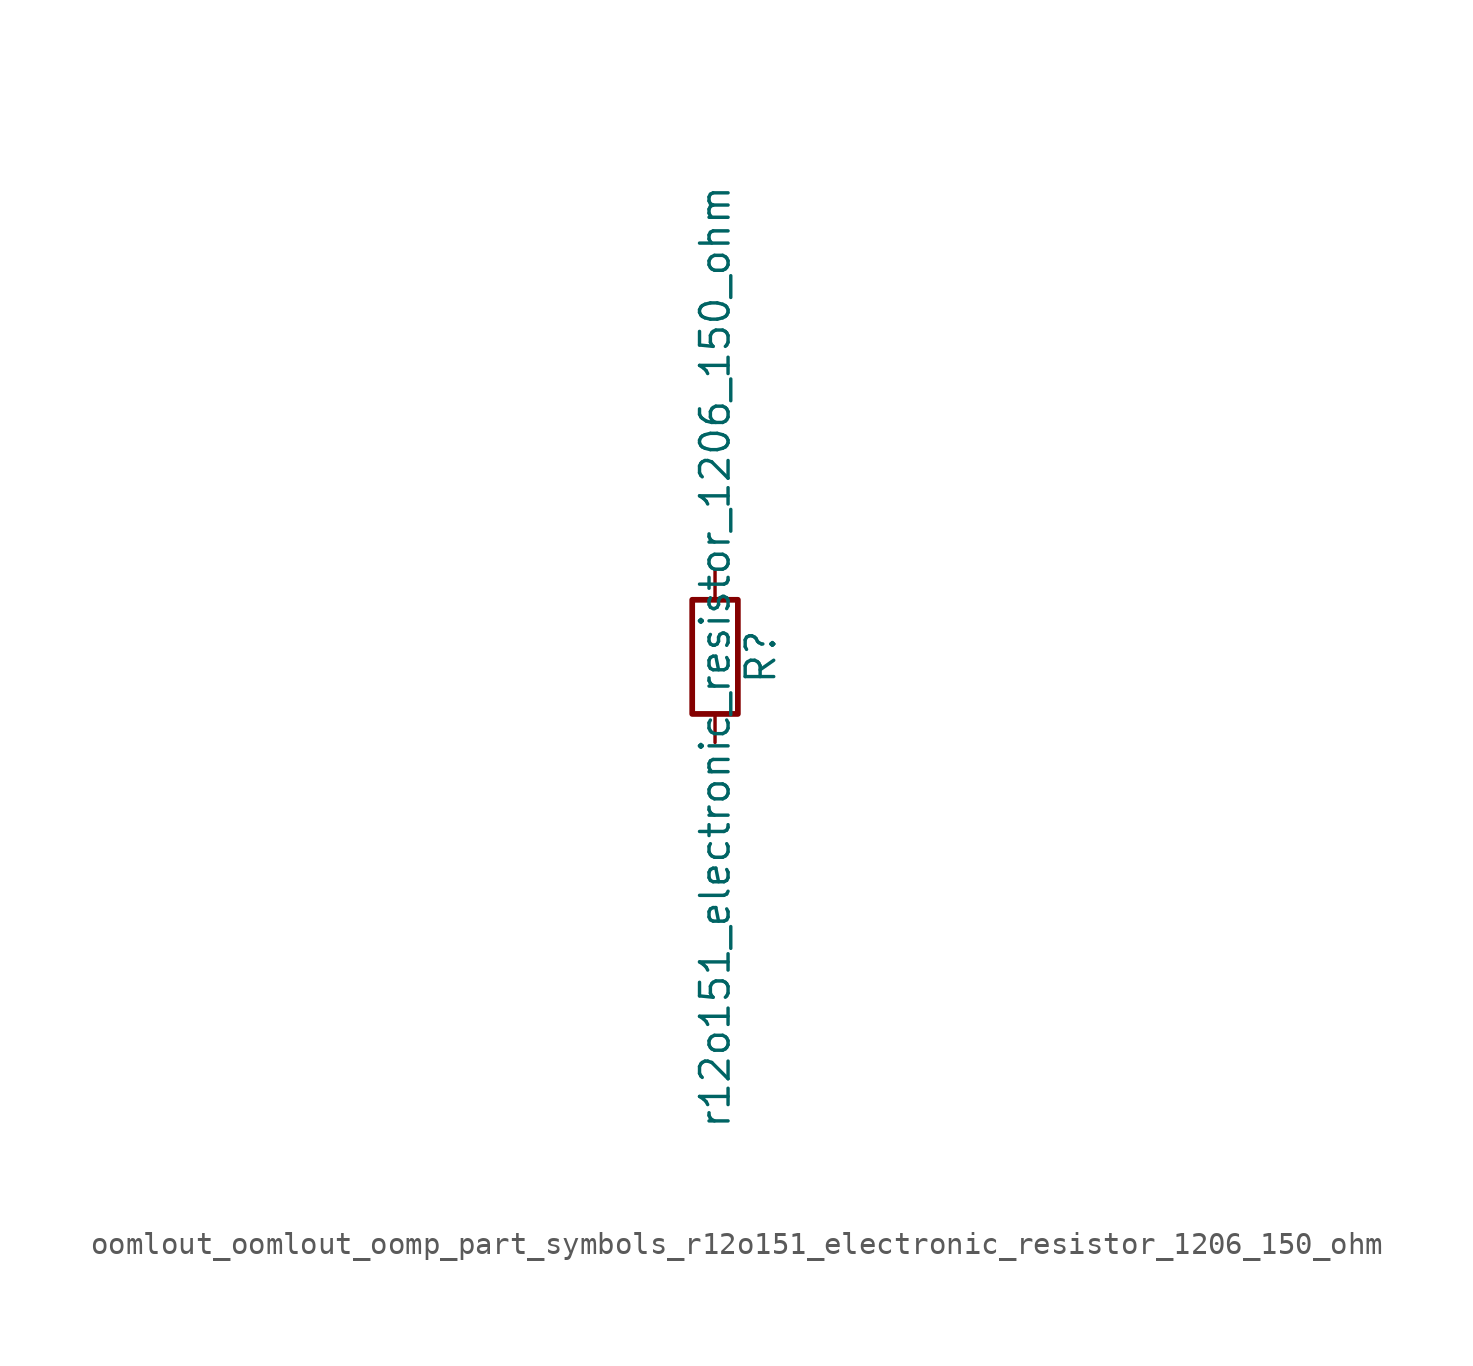
<source format=kicad_sym>
(kicad_symbol_lib
  (version 20220914)
  (generator kicad_symbol_editor)
  (symbol "oomlout_oomlout_oomp_part_symbols_r12o151_electronic_resistor_1206_150_ohm"
    (pin_numbers hide)
    (pin_names
      (offset 0))
    (property "Reference" "R"
      (at 2.032 0 90)
      (effects (font (size 1.27 1.27))))
    (property "Value" "r12o151_electronic_resistor_1206_150_ohm"
      (at 0 0 90)
      (effects (font (size 1.27 1.27))))
    (symbol "oomlout_oomlout_oomp_part_symbols_r12o151_electronic_resistor_1206_150_ohm_0_1"
      (rectangle (start -1.016 -2.54) (end 1.016 2.54) (stroke (width 0.254) (type default)) (fill (type none))))
    (symbol "oomlout_oomlout_oomp_part_symbols_r12o151_electronic_resistor_1206_150_ohm_1_1"
      (pin passive line (at 0 3.81 270) (length 1.27) (name "~" (effects (font (size 1.27 1.27)))) (number "1" (effects (font (size 1.27 1.27)))))
      (pin passive line (at 0 -3.81 90) (length 1.27) (name "~" (effects (font (size 1.27 1.27)))) (number "2" (effects (font (size 1.27 1.27))))))))
</source>
